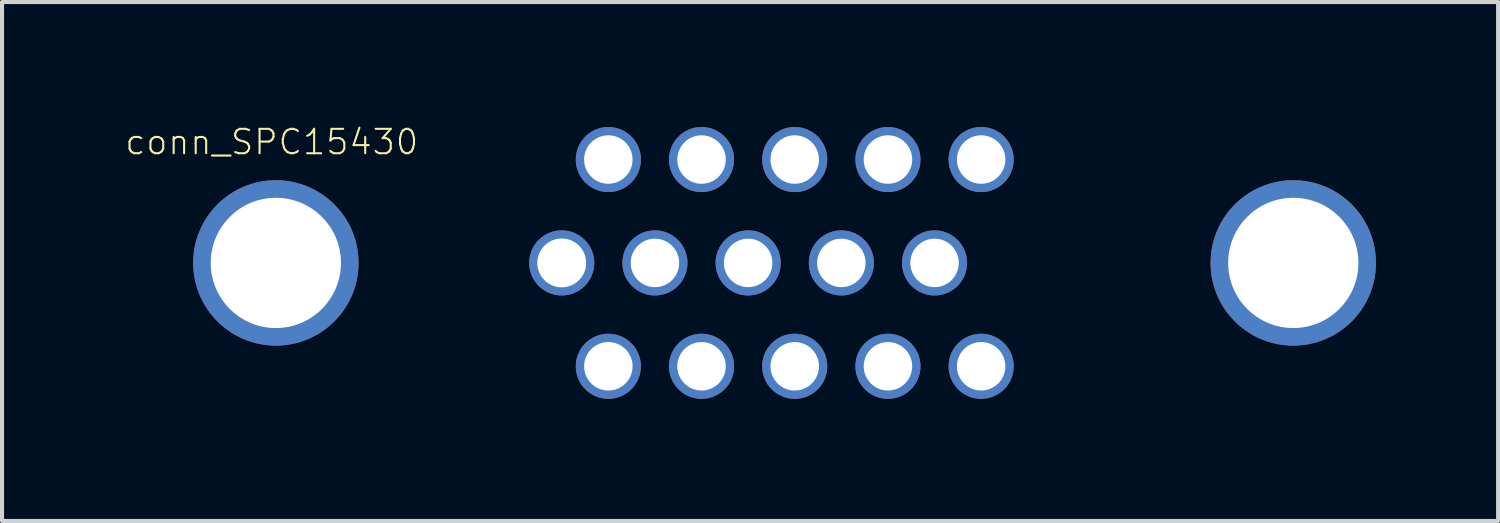
<source format=kicad_pcb>
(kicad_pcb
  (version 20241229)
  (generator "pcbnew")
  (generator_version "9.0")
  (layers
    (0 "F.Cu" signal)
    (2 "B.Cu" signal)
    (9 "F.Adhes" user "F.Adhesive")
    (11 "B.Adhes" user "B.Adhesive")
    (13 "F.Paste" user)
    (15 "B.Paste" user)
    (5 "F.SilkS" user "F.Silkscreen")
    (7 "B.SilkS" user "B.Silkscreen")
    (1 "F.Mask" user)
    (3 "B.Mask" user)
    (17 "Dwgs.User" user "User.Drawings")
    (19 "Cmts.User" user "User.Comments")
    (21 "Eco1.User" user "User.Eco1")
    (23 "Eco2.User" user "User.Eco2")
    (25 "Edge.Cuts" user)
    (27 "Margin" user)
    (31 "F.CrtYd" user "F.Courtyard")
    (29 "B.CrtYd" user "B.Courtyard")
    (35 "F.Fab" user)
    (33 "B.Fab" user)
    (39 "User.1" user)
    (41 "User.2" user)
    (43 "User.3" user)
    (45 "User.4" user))
  (footprint "conn_SPC15430"
    (layer "F.Cu")
    (at 16.227 3.41)
    (property "Reference" "conn_SPC15430" (at -12.6 -2.97 0) (layer "F.SilkS") (effects (font (size 0.599 0.599) (thickness 0.051))))
    (attr through_hole)
    (pad "0" thru_hole circle (at -12.499 0) (size 4.064 4.064) (drill 3.2) (layers "*.Cu" "*.Mask"))
    (pad "0" thru_hole circle (at 12.499 0) (size 4.064 4.064) (drill 3.2) (layers "*.Cu" "*.Mask"))
    (pad "1" thru_hole circle (at -4.33 2.54) (size 1.6 1.6) (drill 1.191) (layers "*.Cu" "*.Mask"))
    (pad "2" thru_hole circle (at -2.04 2.54) (size 1.6 1.6) (drill 1.191) (layers "*.Cu" "*.Mask"))
    (pad "3" thru_hole circle (at 0.25 2.54) (size 1.6 1.6) (drill 1.191) (layers "*.Cu" "*.Mask"))
    (pad "4" thru_hole circle (at 2.54 2.54) (size 1.6 1.6) (drill 1.191) (layers "*.Cu" "*.Mask"))
    (pad "5" thru_hole circle (at 4.83 2.54) (size 1.6 1.6) (drill 1.191) (layers "*.Cu" "*.Mask"))
    (pad "6" thru_hole circle (at -5.475 0) (size 1.6 1.6) (drill 1.2) (layers "*.Cu" "*.Mask"))
    (pad "7" thru_hole circle (at -3.185 0) (size 1.6 1.6) (drill 1.191) (layers "*.Cu" "*.Mask"))
    (pad "8" thru_hole circle (at -0.895 0) (size 1.6 1.6) (drill 1.191) (layers "*.Cu" "*.Mask"))
    (pad "9" thru_hole circle (at 1.395 0) (size 1.6 1.6) (drill 1.191) (layers "*.Cu" "*.Mask"))
    (pad "10" thru_hole circle (at 3.685 0) (size 1.6 1.6) (drill 1.191) (layers "*.Cu" "*.Mask"))
    (pad "11" thru_hole circle (at -4.33 -2.54) (size 1.6 1.6) (drill 1.191) (layers "*.Cu" "*.Mask"))
    (pad "12" thru_hole circle (at -2.04 -2.54) (size 1.6 1.6) (drill 1.191) (layers "*.Cu" "*.Mask"))
    (pad "13" thru_hole circle (at 0.25 -2.54) (size 1.6 1.6) (drill 1.191) (layers "*.Cu" "*.Mask"))
    (pad "14" thru_hole circle (at 2.54 -2.54) (size 1.6 1.6) (drill 1.191) (layers "*.Cu" "*.Mask"))
    (pad "15" thru_hole circle (at 4.83 -2.54) (size 1.6 1.6) (drill 1.191) (layers "*.Cu" "*.Mask")))
  (gr_rect
    (start -3 -3)
    (end 33.759 9.75)
    (stroke (width 0.1) (type default))
    (fill no)
    (layer "Edge.Cuts")))
</source>
